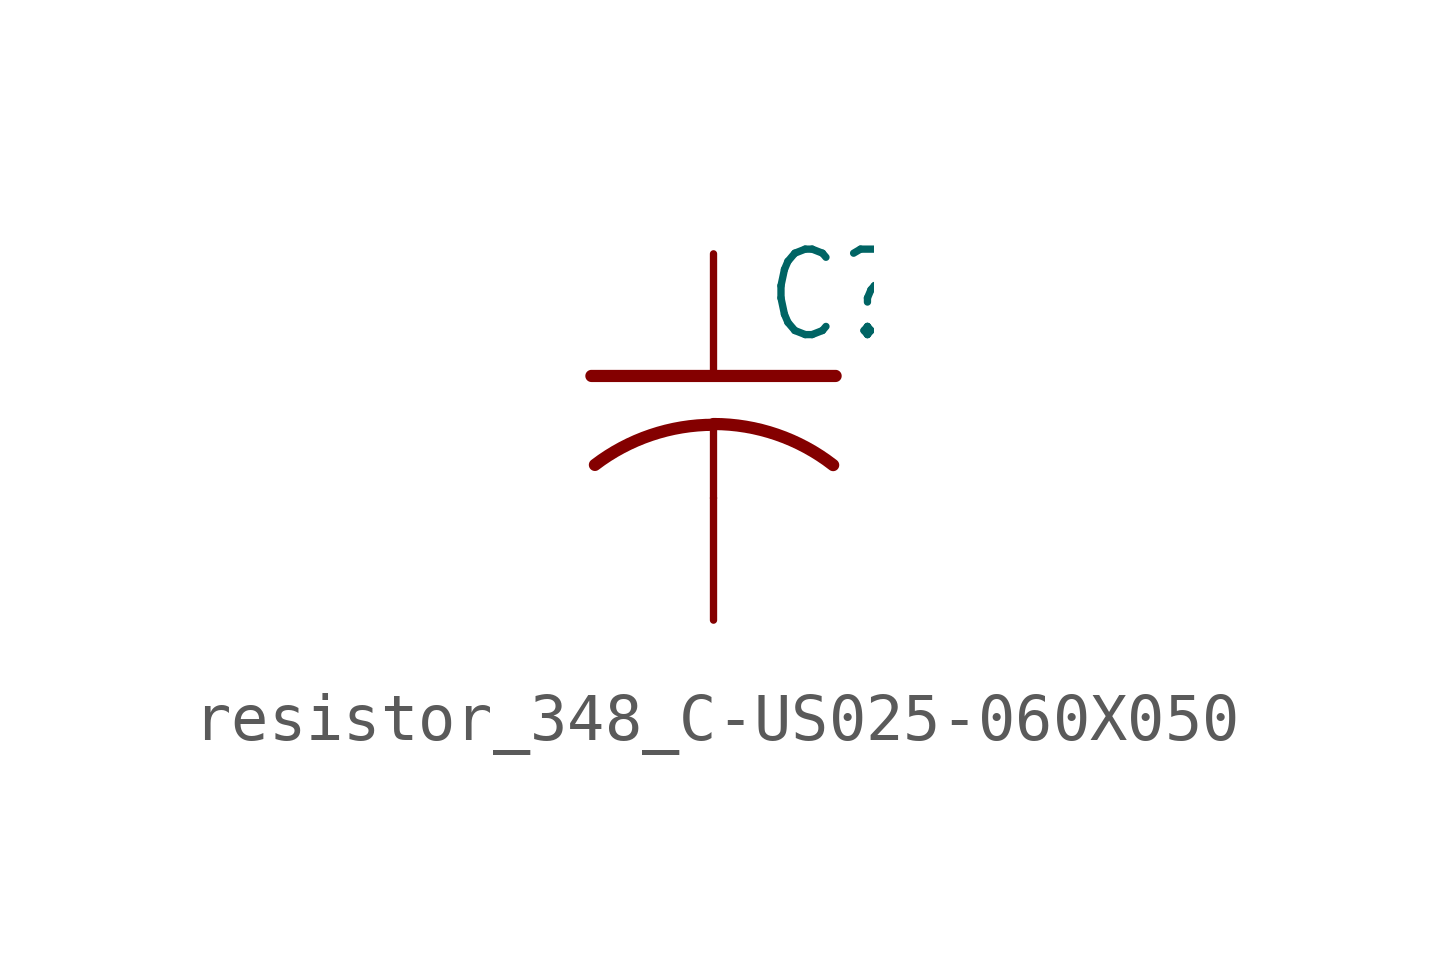
<source format=kicad_sym>
(kicad_symbol_lib
  (version 20241209)
  (generator "kicad_symbol_editor")
  (generator_version "9.0")
  (symbol "resistor_348_C-US025-060X050"
    (property "Reference" "C"
      (at 1.016 0.635 0)
      (effects (font (size 1.778 1.511)) (justify left bottom)))
    (property "Value" ""
      (at 1.016 -4.191 0)
      (effects (font (size 1.778 1.511)) (justify left bottom)))
    (property "ki_locked" ""
      (at 0 0 0)
      (effects (font (size 1.27 1.27))))
    (symbol "resistor_348_C-US025-060X050_1_0"
      (polyline (pts (xy -2.54 0) (xy 2.54 0)) (stroke (width 0.254) (type solid)) (fill (type none)))
      (polyline (pts (xy 0 -1.016) (xy 0 -2.54)) (stroke (width 0.152) (type solid)) (fill (type none)))
      (arc (start 0 -1) (mid 1.3158 -1.2195) (end 2.4892 -1.8541) (stroke (width 0.254) (type solid)) (fill (type none)))
      (arc (start -2.4668 -1.8504) (mid -1.302 -1.2303) (end 0 -1.0161) (stroke (width 0.254) (type solid)) (fill (type none)))
      (pin passive line (at 0 2.54 270) (length 2.54) (name "1" (effects (font (size 0 0)))) (number "1" (effects (font (size 0 0)))))
      (pin passive line (at 0 -5.08 90) (length 2.54) (name "2" (effects (font (size 0 0)))) (number "2" (effects (font (size 0 0))))))))
</source>
